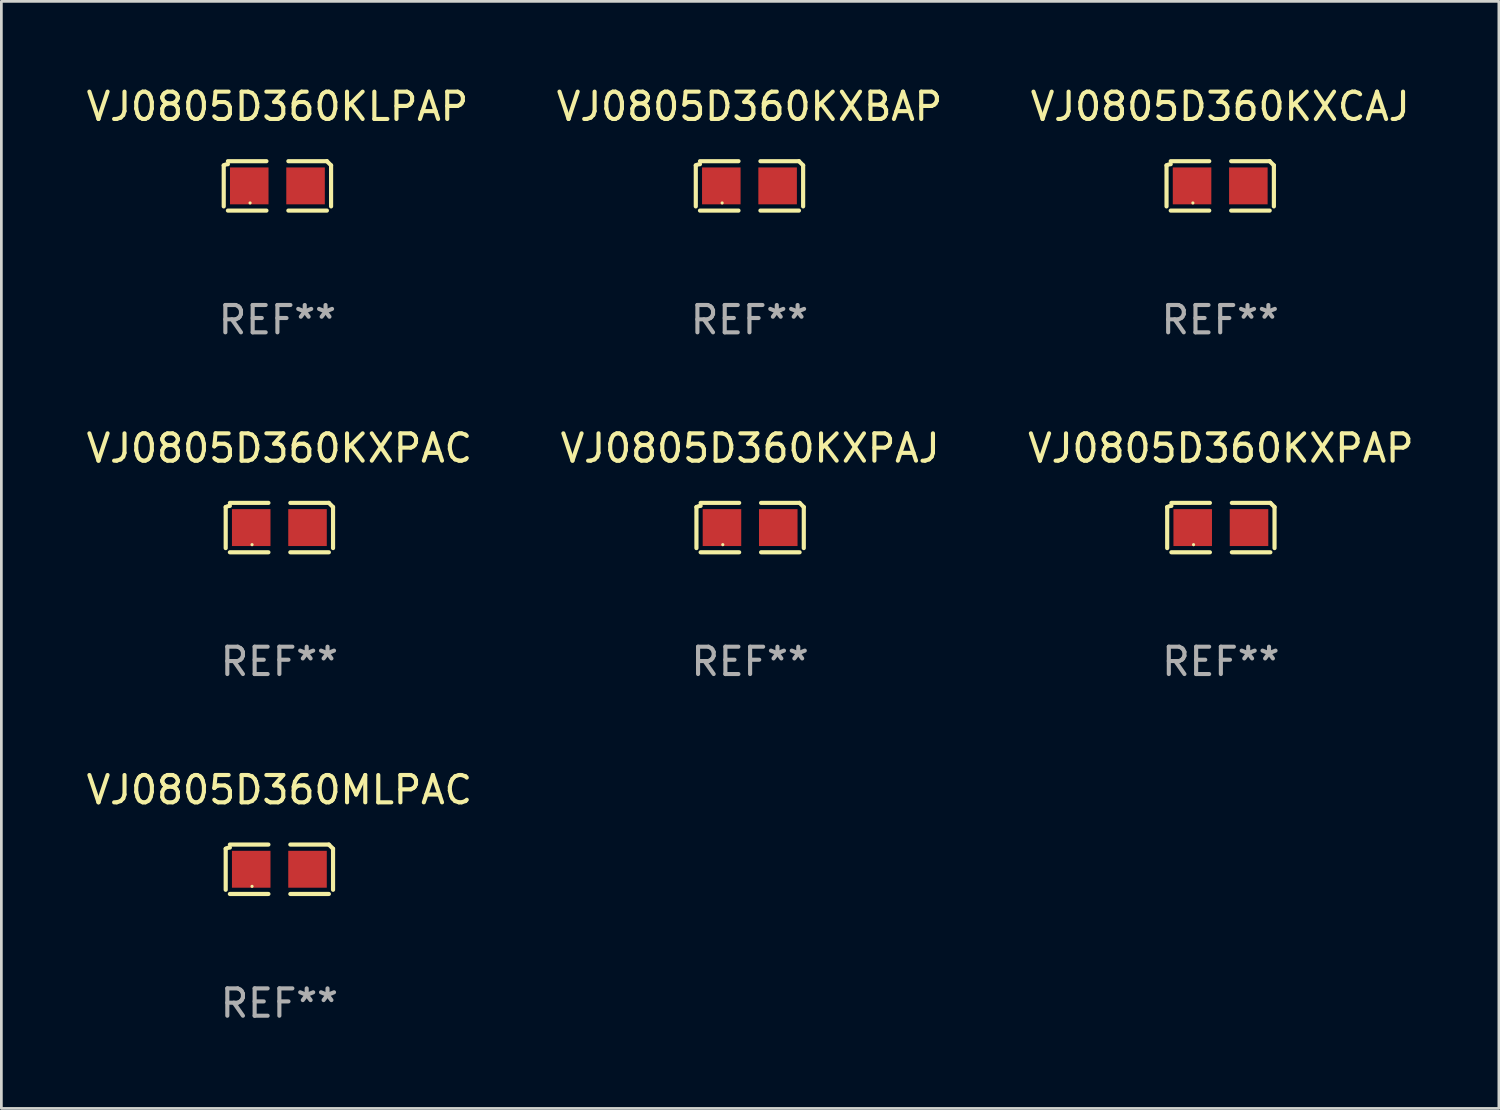
<source format=kicad_pcb>
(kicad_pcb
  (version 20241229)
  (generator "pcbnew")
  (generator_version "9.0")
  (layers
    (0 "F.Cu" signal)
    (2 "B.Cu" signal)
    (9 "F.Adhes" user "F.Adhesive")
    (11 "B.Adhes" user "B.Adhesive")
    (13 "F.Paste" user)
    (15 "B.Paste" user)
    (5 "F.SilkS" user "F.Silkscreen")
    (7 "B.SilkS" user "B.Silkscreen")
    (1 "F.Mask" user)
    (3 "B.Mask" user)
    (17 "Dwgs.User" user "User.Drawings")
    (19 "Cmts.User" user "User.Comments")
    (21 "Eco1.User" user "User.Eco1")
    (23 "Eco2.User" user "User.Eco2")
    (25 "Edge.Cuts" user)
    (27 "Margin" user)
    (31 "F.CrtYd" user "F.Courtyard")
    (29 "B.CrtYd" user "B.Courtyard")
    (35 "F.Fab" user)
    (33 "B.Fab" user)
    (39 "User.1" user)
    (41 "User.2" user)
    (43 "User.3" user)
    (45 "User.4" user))
  (footprint "VJ0805D360KLPAP"
    (layer "F.Cu")
    (at 7.101 3.752)
    (property "Reference" "VJ0805D360KLPAP" (at 0 -2.904 0) (layer "F.SilkS") (effects (font (size 1 1) (thickness 0.15))))
    (attr through_hole)
    (fp_line (start -1.964 0.751) (end -1.964 -0.751) (stroke (width 0.152) (type solid)) (layer "F.SilkS"))
    (fp_line (start -1.811 -0.904) (end -0.401 -0.904) (stroke (width 0.152) (type solid)) (layer "F.SilkS"))
    (fp_line (start -0.401 0.904) (end -1.811 0.904) (stroke (width 0.152) (type solid)) (layer "F.SilkS"))
    (fp_line (start 0.401 0.904) (end 1.811 0.904) (stroke (width 0.152) (type solid)) (layer "F.SilkS"))
    (fp_line (start 1.811 -0.904) (end 0.401 -0.904) (stroke (width 0.152) (type solid)) (layer "F.SilkS"))
    (fp_line (start 1.964 0.751) (end 1.964 -0.751) (stroke (width 0.152) (type solid)) (layer "F.SilkS"))
    (fp_arc (start -1.963602 -0.751207) (mid -1.890354 -0.783131) (end -1.811201 -0.794044) (stroke (width 0.1524) (type solid)) (layer "F.SilkS"))
    (fp_arc (start 1.811202 -0.903607) (mid 1.887413 -0.827418) (end 1.963602 -0.751207) (stroke (width 0.1524) (type solid)) (layer "F.SilkS"))
    (fp_circle (center -1 0.625) (end -0.97 0.625) (stroke (width 0.06) (type solid)) (fill no) (layer "F.SilkS"))
    (fp_text user "REF**" (at 0 4.904 0) (layer "F.Fab") (effects (font (size 1 1) (thickness 0.15))))
    (pad "1" smd rect (at -1.03 0) (size 1.41 1.35) (layers "F.Cu" "F.Mask" "F.Paste"))
    (pad "2" smd rect (at 1.03 0) (size 1.41 1.35) (layers "F.Cu" "F.Mask" "F.Paste")))
  (footprint "VJ0805D360MLPAC"
    (layer "F.Cu")
    (at 7.173 28.759)
    (property "Reference" "VJ0805D360MLPAC" (at 0 -2.904 0) (layer "F.SilkS") (effects (font (size 1 1) (thickness 0.15))))
    (attr through_hole)
    (fp_line (start -1.964 0.751) (end -1.964 -0.751) (stroke (width 0.152) (type solid)) (layer "F.SilkS"))
    (fp_line (start -1.811 -0.904) (end -0.401 -0.904) (stroke (width 0.152) (type solid)) (layer "F.SilkS"))
    (fp_line (start -0.401 0.904) (end -1.811 0.904) (stroke (width 0.152) (type solid)) (layer "F.SilkS"))
    (fp_line (start 0.401 0.904) (end 1.811 0.904) (stroke (width 0.152) (type solid)) (layer "F.SilkS"))
    (fp_line (start 1.811 -0.904) (end 0.401 -0.904) (stroke (width 0.152) (type solid)) (layer "F.SilkS"))
    (fp_line (start 1.964 0.751) (end 1.964 -0.751) (stroke (width 0.152) (type solid)) (layer "F.SilkS"))
    (fp_arc (start -1.963602 -0.751207) (mid -1.890354 -0.783131) (end -1.811201 -0.794044) (stroke (width 0.1524) (type solid)) (layer "F.SilkS"))
    (fp_arc (start 1.811202 -0.903607) (mid 1.887413 -0.827418) (end 1.963602 -0.751207) (stroke (width 0.1524) (type solid)) (layer "F.SilkS"))
    (fp_circle (center -1 0.625) (end -0.97 0.625) (stroke (width 0.06) (type solid)) (fill no) (layer "F.SilkS"))
    (fp_text user "REF**" (at 0 4.904 0) (layer "F.Fab") (effects (font (size 1 1) (thickness 0.15))))
    (pad "1" smd rect (at -1.03 0) (size 1.41 1.35) (layers "F.Cu" "F.Mask" "F.Paste"))
    (pad "2" smd rect (at 1.03 0) (size 1.41 1.35) (layers "F.Cu" "F.Mask" "F.Paste")))
  (footprint "VJ0805D360KXPAC"
    (layer "F.Cu")
    (at 7.173 16.256)
    (property "Reference" "VJ0805D360KXPAC" (at 0 -2.904 0) (layer "F.SilkS") (effects (font (size 1 1) (thickness 0.15))))
    (attr through_hole)
    (fp_line (start -1.964 0.751) (end -1.964 -0.751) (stroke (width 0.152) (type solid)) (layer "F.SilkS"))
    (fp_line (start -1.811 -0.904) (end -0.401 -0.904) (stroke (width 0.152) (type solid)) (layer "F.SilkS"))
    (fp_line (start -0.401 0.904) (end -1.811 0.904) (stroke (width 0.152) (type solid)) (layer "F.SilkS"))
    (fp_line (start 0.401 0.904) (end 1.811 0.904) (stroke (width 0.152) (type solid)) (layer "F.SilkS"))
    (fp_line (start 1.811 -0.904) (end 0.401 -0.904) (stroke (width 0.152) (type solid)) (layer "F.SilkS"))
    (fp_line (start 1.964 0.751) (end 1.964 -0.751) (stroke (width 0.152) (type solid)) (layer "F.SilkS"))
    (fp_arc (start -1.963602 -0.751207) (mid -1.890354 -0.783131) (end -1.811201 -0.794044) (stroke (width 0.1524) (type solid)) (layer "F.SilkS"))
    (fp_arc (start 1.811202 -0.903607) (mid 1.887413 -0.827418) (end 1.963602 -0.751207) (stroke (width 0.1524) (type solid)) (layer "F.SilkS"))
    (fp_circle (center -1 0.625) (end -0.97 0.625) (stroke (width 0.06) (type solid)) (fill no) (layer "F.SilkS"))
    (fp_text user "REF**" (at 0 4.904 0) (layer "F.Fab") (effects (font (size 1 1) (thickness 0.15))))
    (pad "1" smd rect (at -1.03 0) (size 1.41 1.35) (layers "F.Cu" "F.Mask" "F.Paste"))
    (pad "2" smd rect (at 1.03 0) (size 1.41 1.35) (layers "F.Cu" "F.Mask" "F.Paste")))
  (footprint "VJ0805D360KXBAP"
    (layer "F.Cu")
    (at 24.375 3.752)
    (property "Reference" "VJ0805D360KXBAP" (at 0 -2.904 0) (layer "F.SilkS") (effects (font (size 1 1) (thickness 0.15))))
    (attr through_hole)
    (fp_line (start -1.964 0.751) (end -1.964 -0.751) (stroke (width 0.152) (type solid)) (layer "F.SilkS"))
    (fp_line (start -1.811 -0.904) (end -0.401 -0.904) (stroke (width 0.152) (type solid)) (layer "F.SilkS"))
    (fp_line (start -0.401 0.904) (end -1.811 0.904) (stroke (width 0.152) (type solid)) (layer "F.SilkS"))
    (fp_line (start 0.401 0.904) (end 1.811 0.904) (stroke (width 0.152) (type solid)) (layer "F.SilkS"))
    (fp_line (start 1.811 -0.904) (end 0.401 -0.904) (stroke (width 0.152) (type solid)) (layer "F.SilkS"))
    (fp_line (start 1.964 0.751) (end 1.964 -0.751) (stroke (width 0.152) (type solid)) (layer "F.SilkS"))
    (fp_arc (start -1.963602 -0.751207) (mid -1.890354 -0.783131) (end -1.811201 -0.794044) (stroke (width 0.1524) (type solid)) (layer "F.SilkS"))
    (fp_arc (start 1.811202 -0.903607) (mid 1.887413 -0.827418) (end 1.963602 -0.751207) (stroke (width 0.1524) (type solid)) (layer "F.SilkS"))
    (fp_circle (center -1 0.625) (end -0.97 0.625) (stroke (width 0.06) (type solid)) (fill no) (layer "F.SilkS"))
    (fp_text user "REF**" (at 0 4.904 0) (layer "F.Fab") (effects (font (size 1 1) (thickness 0.15))))
    (pad "1" smd rect (at -1.03 0) (size 1.41 1.35) (layers "F.Cu" "F.Mask" "F.Paste"))
    (pad "2" smd rect (at 1.03 0) (size 1.41 1.35) (layers "F.Cu" "F.Mask" "F.Paste")))
  (footprint "VJ0805D360KXPAJ"
    (layer "F.Cu")
    (at 24.399 16.256)
    (property "Reference" "VJ0805D360KXPAJ" (at 0 -2.904 0) (layer "F.SilkS") (effects (font (size 1 1) (thickness 0.15))))
    (attr through_hole)
    (fp_line (start -1.964 0.751) (end -1.964 -0.751) (stroke (width 0.152) (type solid)) (layer "F.SilkS"))
    (fp_line (start -1.811 -0.904) (end -0.401 -0.904) (stroke (width 0.152) (type solid)) (layer "F.SilkS"))
    (fp_line (start -0.401 0.904) (end -1.811 0.904) (stroke (width 0.152) (type solid)) (layer "F.SilkS"))
    (fp_line (start 0.401 0.904) (end 1.811 0.904) (stroke (width 0.152) (type solid)) (layer "F.SilkS"))
    (fp_line (start 1.811 -0.904) (end 0.401 -0.904) (stroke (width 0.152) (type solid)) (layer "F.SilkS"))
    (fp_line (start 1.964 0.751) (end 1.964 -0.751) (stroke (width 0.152) (type solid)) (layer "F.SilkS"))
    (fp_arc (start -1.963602 -0.751207) (mid -1.890354 -0.783131) (end -1.811201 -0.794044) (stroke (width 0.1524) (type solid)) (layer "F.SilkS"))
    (fp_arc (start 1.811202 -0.903607) (mid 1.887413 -0.827418) (end 1.963602 -0.751207) (stroke (width 0.1524) (type solid)) (layer "F.SilkS"))
    (fp_circle (center -1 0.625) (end -0.97 0.625) (stroke (width 0.06) (type solid)) (fill no) (layer "F.SilkS"))
    (fp_text user "REF**" (at 0 4.904 0) (layer "F.Fab") (effects (font (size 1 1) (thickness 0.15))))
    (pad "1" smd rect (at -1.03 0) (size 1.41 1.35) (layers "F.Cu" "F.Mask" "F.Paste"))
    (pad "2" smd rect (at 1.03 0) (size 1.41 1.35) (layers "F.Cu" "F.Mask" "F.Paste")))
  (footprint "VJ0805D360KXCAJ"
    (layer "F.Cu")
    (at 41.601 3.752)
    (property "Reference" "VJ0805D360KXCAJ" (at 0 -2.904 0) (layer "F.SilkS") (effects (font (size 1 1) (thickness 0.15))))
    (attr through_hole)
    (fp_line (start -1.964 0.751) (end -1.964 -0.751) (stroke (width 0.152) (type solid)) (layer "F.SilkS"))
    (fp_line (start -1.811 -0.904) (end -0.401 -0.904) (stroke (width 0.152) (type solid)) (layer "F.SilkS"))
    (fp_line (start -0.401 0.904) (end -1.811 0.904) (stroke (width 0.152) (type solid)) (layer "F.SilkS"))
    (fp_line (start 0.401 0.904) (end 1.811 0.904) (stroke (width 0.152) (type solid)) (layer "F.SilkS"))
    (fp_line (start 1.811 -0.904) (end 0.401 -0.904) (stroke (width 0.152) (type solid)) (layer "F.SilkS"))
    (fp_line (start 1.964 0.751) (end 1.964 -0.751) (stroke (width 0.152) (type solid)) (layer "F.SilkS"))
    (fp_arc (start -1.963602 -0.751207) (mid -1.890354 -0.783131) (end -1.811201 -0.794044) (stroke (width 0.1524) (type solid)) (layer "F.SilkS"))
    (fp_arc (start 1.811202 -0.903607) (mid 1.887413 -0.827418) (end 1.963602 -0.751207) (stroke (width 0.1524) (type solid)) (layer "F.SilkS"))
    (fp_circle (center -1 0.625) (end -0.97 0.625) (stroke (width 0.06) (type solid)) (fill no) (layer "F.SilkS"))
    (fp_text user "REF**" (at 0 4.904 0) (layer "F.Fab") (effects (font (size 1 1) (thickness 0.15))))
    (pad "1" smd rect (at -1.03 0) (size 1.41 1.35) (layers "F.Cu" "F.Mask" "F.Paste"))
    (pad "2" smd rect (at 1.03 0) (size 1.41 1.35) (layers "F.Cu" "F.Mask" "F.Paste")))
  (footprint "VJ0805D360KXPAP"
    (layer "F.Cu")
    (at 41.625 16.256)
    (property "Reference" "VJ0805D360KXPAP" (at 0 -2.904 0) (layer "F.SilkS") (effects (font (size 1 1) (thickness 0.15))))
    (attr through_hole)
    (fp_line (start -1.964 0.751) (end -1.964 -0.751) (stroke (width 0.152) (type solid)) (layer "F.SilkS"))
    (fp_line (start -1.811 -0.904) (end -0.401 -0.904) (stroke (width 0.152) (type solid)) (layer "F.SilkS"))
    (fp_line (start -0.401 0.904) (end -1.811 0.904) (stroke (width 0.152) (type solid)) (layer "F.SilkS"))
    (fp_line (start 0.401 0.904) (end 1.811 0.904) (stroke (width 0.152) (type solid)) (layer "F.SilkS"))
    (fp_line (start 1.811 -0.904) (end 0.401 -0.904) (stroke (width 0.152) (type solid)) (layer "F.SilkS"))
    (fp_line (start 1.964 0.751) (end 1.964 -0.751) (stroke (width 0.152) (type solid)) (layer "F.SilkS"))
    (fp_arc (start -1.963602 -0.751207) (mid -1.890354 -0.783131) (end -1.811201 -0.794044) (stroke (width 0.1524) (type solid)) (layer "F.SilkS"))
    (fp_arc (start 1.811202 -0.903607) (mid 1.887413 -0.827418) (end 1.963602 -0.751207) (stroke (width 0.1524) (type solid)) (layer "F.SilkS"))
    (fp_circle (center -1 0.625) (end -0.97 0.625) (stroke (width 0.06) (type solid)) (fill no) (layer "F.SilkS"))
    (fp_text user "REF**" (at 0 4.904 0) (layer "F.Fab") (effects (font (size 1 1) (thickness 0.15))))
    (pad "1" smd rect (at -1.03 0) (size 1.41 1.35) (layers "F.Cu" "F.Mask" "F.Paste"))
    (pad "2" smd rect (at 1.03 0) (size 1.41 1.35) (layers "F.Cu" "F.Mask" "F.Paste")))
  (gr_rect
    (start -3 -3)
    (end 51.798 37.511)
    (stroke (width 0.1) (type default))
    (fill no)
    (layer "Edge.Cuts")))
</source>
